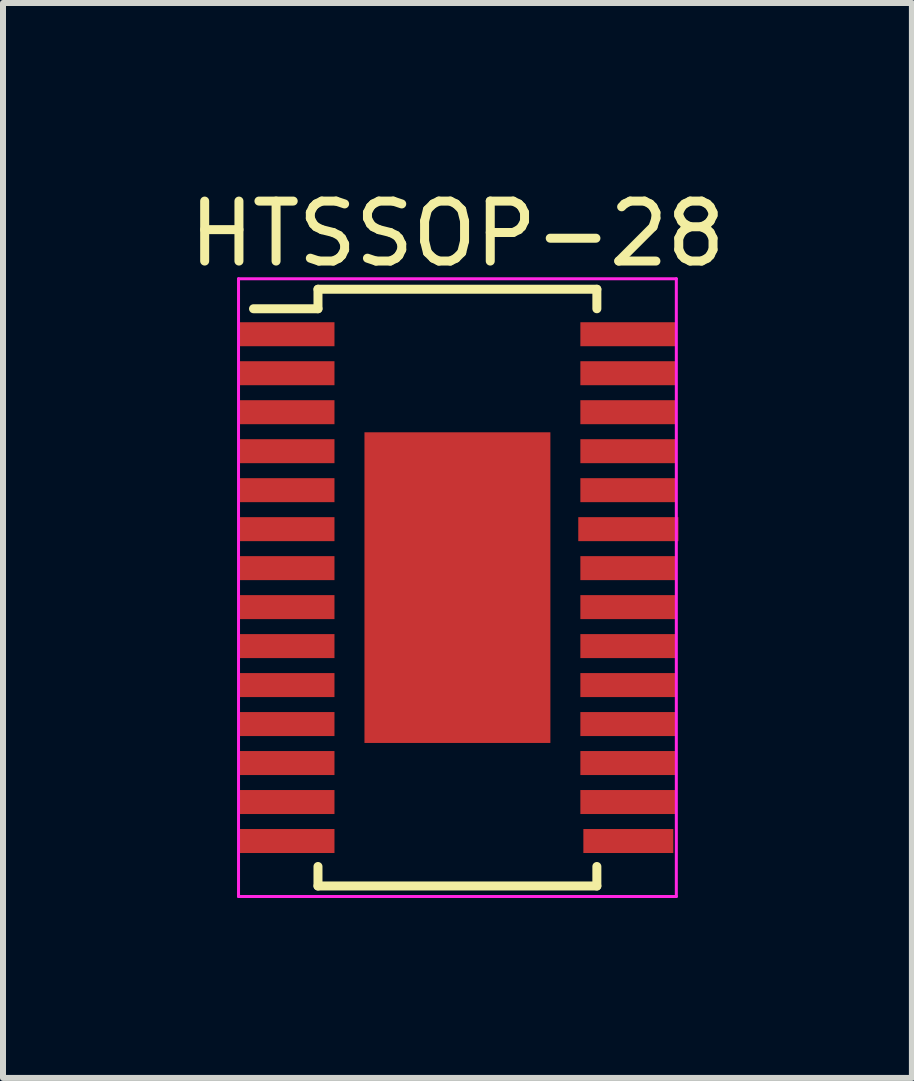
<source format=kicad_pcb>
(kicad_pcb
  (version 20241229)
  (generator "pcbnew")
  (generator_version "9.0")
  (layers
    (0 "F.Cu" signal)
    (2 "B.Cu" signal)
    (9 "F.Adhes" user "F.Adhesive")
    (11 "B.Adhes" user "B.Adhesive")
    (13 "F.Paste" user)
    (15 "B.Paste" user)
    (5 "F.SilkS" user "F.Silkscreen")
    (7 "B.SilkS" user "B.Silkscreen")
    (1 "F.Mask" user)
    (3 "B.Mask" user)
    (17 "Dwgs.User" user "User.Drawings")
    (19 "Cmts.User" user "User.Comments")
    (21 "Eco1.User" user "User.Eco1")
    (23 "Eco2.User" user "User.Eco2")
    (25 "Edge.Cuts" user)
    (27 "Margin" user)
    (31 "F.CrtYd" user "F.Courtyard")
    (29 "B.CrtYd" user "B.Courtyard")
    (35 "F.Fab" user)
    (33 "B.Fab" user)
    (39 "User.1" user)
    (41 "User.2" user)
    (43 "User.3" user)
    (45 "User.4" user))
  (footprint "HTSSOP-28"
    (layer "F.Cu")
    (at 4.577 6.748)
    (property "Reference" "HTSSOP-28" (at 0 -5.9 0) (layer "F.SilkS") (effects (font (size 1 1) (thickness 0.15))))
    (attr smd)
    (fp_line (start -2.325 -4.975) (end -2.325 -4.65) (stroke (width 0.15) (type solid)) (layer "F.SilkS"))
    (fp_line (start -2.325 -4.975) (end 2.325 -4.975) (stroke (width 0.15) (type solid)) (layer "F.SilkS"))
    (fp_line (start -2.325 -4.65) (end -3.4 -4.65) (stroke (width 0.15) (type solid)) (layer "F.SilkS"))
    (fp_line (start -2.325 4.975) (end -2.325 4.65) (stroke (width 0.15) (type solid)) (layer "F.SilkS"))
    (fp_line (start -2.325 4.975) (end 2.325 4.975) (stroke (width 0.15) (type solid)) (layer "F.SilkS"))
    (fp_line (start 2.325 -4.975) (end 2.325 -4.65) (stroke (width 0.15) (type solid)) (layer "F.SilkS"))
    (fp_line (start 2.325 4.975) (end 2.325 4.65) (stroke (width 0.15) (type solid)) (layer "F.SilkS"))
    (fp_line (start -3.65 -5.15) (end -3.65 5.15) (stroke (width 0.05) (type solid)) (layer "F.CrtYd"))
    (fp_line (start -3.65 -5.15) (end 3.65 -5.15) (stroke (width 0.05) (type solid)) (layer "F.CrtYd"))
    (fp_line (start -3.65 5.15) (end 3.65 5.15) (stroke (width 0.05) (type solid)) (layer "F.CrtYd"))
    (fp_line (start 3.65 -5.15) (end 3.65 5.15) (stroke (width 0.05) (type solid)) (layer "F.CrtYd"))
    (pad "1" smd rect (at -2.85 -4.225) (size 1.6 0.4) (layers "F.Cu" "F.Mask" "F.Paste"))
    (pad "2" smd rect (at -2.85 -3.575) (size 1.6 0.4) (layers "F.Cu" "F.Mask" "F.Paste"))
    (pad "3" smd rect (at -2.85 -2.925) (size 1.6 0.4) (layers "F.Cu" "F.Mask" "F.Paste"))
    (pad "4" smd rect (at -2.85 -2.275) (size 1.6 0.4) (layers "F.Cu" "F.Mask" "F.Paste"))
    (pad "5" smd rect (at -2.85 -1.625) (size 1.6 0.4) (layers "F.Cu" "F.Mask" "F.Paste"))
    (pad "6" smd rect (at -2.85 -0.975) (size 1.6 0.4) (layers "F.Cu" "F.Mask" "F.Paste"))
    (pad "7" smd rect (at -2.85 -0.325) (size 1.6 0.4) (layers "F.Cu" "F.Mask" "F.Paste"))
    (pad "8" smd rect (at -2.85 0.325) (size 1.6 0.4) (layers "F.Cu" "F.Mask" "F.Paste"))
    (pad "9" smd rect (at -2.85 0.975) (size 1.6 0.4) (layers "F.Cu" "F.Mask" "F.Paste"))
    (pad "10" smd rect (at -2.85 1.625) (size 1.6 0.4) (layers "F.Cu" "F.Mask" "F.Paste"))
    (pad "11" smd rect (at -2.85 2.275) (size 1.6 0.4) (layers "F.Cu" "F.Mask" "F.Paste"))
    (pad "12" smd rect (at -2.85 2.925) (size 1.6 0.4) (layers "F.Cu" "F.Mask" "F.Paste"))
    (pad "13" smd rect (at -2.85 3.575) (size 1.6 0.4) (layers "F.Cu" "F.Mask" "F.Paste"))
    (pad "14" smd rect (at -2.85 4.225) (size 1.6 0.4) (layers "F.Cu" "F.Mask" "F.Paste"))
    (pad "15" smd rect (at 2.85 4.225) (size 1.5 0.4) (layers "F.Cu" "F.Mask" "F.Paste"))
    (pad "16" smd rect (at 2.85 3.575) (size 1.6 0.4) (layers "F.Cu" "F.Mask" "F.Paste"))
    (pad "17" smd rect (at 2.85 2.925) (size 1.6 0.4) (layers "F.Cu" "F.Mask" "F.Paste"))
    (pad "18" smd rect (at 2.85 2.275) (size 1.6 0.4) (layers "F.Cu" "F.Mask" "F.Paste"))
    (pad "19" smd rect (at 2.85 1.625) (size 1.6 0.4) (layers "F.Cu" "F.Mask" "F.Paste"))
    (pad "20" smd rect (at 2.85 0.975) (size 1.6 0.4) (layers "F.Cu" "F.Mask" "F.Paste"))
    (pad "21" smd rect (at 2.85 0.325) (size 1.6 0.4) (layers "F.Cu" "F.Mask" "F.Paste"))
    (pad "22" smd rect (at 2.85 -0.325) (size 1.6 0.4) (layers "F.Cu" "F.Mask" "F.Paste"))
    (pad "23" smd rect (at 2.85 -0.975) (size 1.67 0.4) (layers "F.Cu" "F.Mask" "F.Paste"))
    (pad "24" smd rect (at 2.85 -1.625) (size 1.6 0.4) (layers "F.Cu" "F.Mask" "F.Paste"))
    (pad "25" smd rect (at 2.85 -2.275) (size 1.6 0.4) (layers "F.Cu" "F.Mask" "F.Paste"))
    (pad "26" smd rect (at 2.85 -2.925) (size 1.6 0.4) (layers "F.Cu" "F.Mask" "F.Paste"))
    (pad "27" smd rect (at 2.85 -3.575) (size 1.6 0.4) (layers "F.Cu" "F.Mask" "F.Paste"))
    (pad "28" smd rect (at 2.85 -4.225) (size 1.6 0.4) (layers "F.Cu" "F.Mask" "F.Paste"))
    (pad "29" smd rect (at 0 0) (size 3.1 5.18) (layers "F.Cu" "F.Mask" "F.Paste")))
  (gr_rect
    (start -3 -3)
    (end 12.155 14.923)
    (stroke (width 0.1) (type default))
    (fill no)
    (layer "Edge.Cuts")))
</source>
